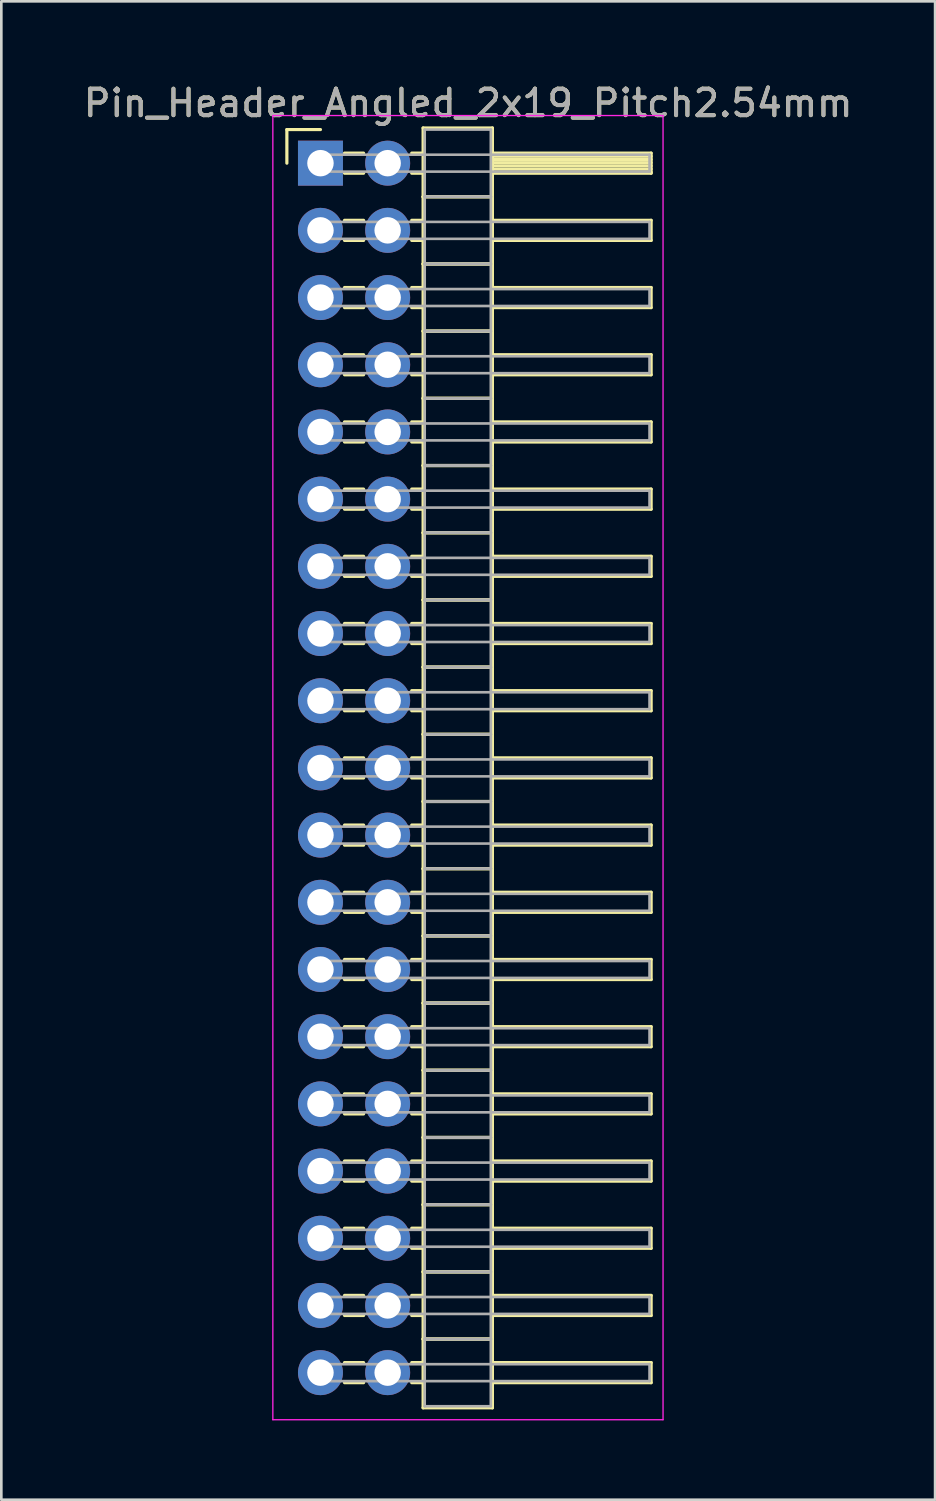
<source format=kicad_pcb>
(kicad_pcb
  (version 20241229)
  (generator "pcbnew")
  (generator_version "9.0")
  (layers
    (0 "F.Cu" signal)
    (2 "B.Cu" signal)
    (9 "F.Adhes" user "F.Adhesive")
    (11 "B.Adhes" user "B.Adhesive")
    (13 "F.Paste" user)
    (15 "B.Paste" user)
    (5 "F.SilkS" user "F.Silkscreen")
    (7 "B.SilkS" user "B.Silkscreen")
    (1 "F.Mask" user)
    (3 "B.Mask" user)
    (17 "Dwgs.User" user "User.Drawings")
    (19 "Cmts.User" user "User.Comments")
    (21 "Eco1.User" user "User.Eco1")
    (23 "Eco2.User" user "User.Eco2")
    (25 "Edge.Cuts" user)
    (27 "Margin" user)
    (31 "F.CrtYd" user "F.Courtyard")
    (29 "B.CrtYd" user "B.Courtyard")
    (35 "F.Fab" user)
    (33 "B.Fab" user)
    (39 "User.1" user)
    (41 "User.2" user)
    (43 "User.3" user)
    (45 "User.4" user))
  (footprint "Pin_Header_Angled_2x19_Pitch2.54mm"
    (layer "F.Cu")
    (at 9.064 3.118)
    (property "Reference" "Pin_Header_Angled_2x19_Pitch2.54mm" (at 5.585 -2.27 0) (layer "F.SilkS") (effects (font (size 1 1) (thickness 0.15))))
    (attr through_hole)
    (fp_line (start -1.27 -1.27) (end 0 -1.27) (stroke (width 0.12) (type solid)) (layer "F.SilkS"))
    (fp_line (start -1.27 0) (end -1.27 -1.27) (stroke (width 0.12) (type solid)) (layer "F.SilkS"))
    (fp_line (start 0.91 -0.38) (end 1.63 -0.38) (stroke (width 0.12) (type solid)) (layer "F.SilkS"))
    (fp_line (start 0.91 0.38) (end 1.63 0.38) (stroke (width 0.12) (type solid)) (layer "F.SilkS"))
    (fp_line (start 0.91 2.16) (end 1.63 2.16) (stroke (width 0.12) (type solid)) (layer "F.SilkS"))
    (fp_line (start 0.91 2.92) (end 1.63 2.92) (stroke (width 0.12) (type solid)) (layer "F.SilkS"))
    (fp_line (start 0.91 4.7) (end 1.63 4.7) (stroke (width 0.12) (type solid)) (layer "F.SilkS"))
    (fp_line (start 0.91 5.46) (end 1.63 5.46) (stroke (width 0.12) (type solid)) (layer "F.SilkS"))
    (fp_line (start 0.91 7.24) (end 1.63 7.24) (stroke (width 0.12) (type solid)) (layer "F.SilkS"))
    (fp_line (start 0.91 8) (end 1.63 8) (stroke (width 0.12) (type solid)) (layer "F.SilkS"))
    (fp_line (start 0.91 9.78) (end 1.63 9.78) (stroke (width 0.12) (type solid)) (layer "F.SilkS"))
    (fp_line (start 0.91 10.54) (end 1.63 10.54) (stroke (width 0.12) (type solid)) (layer "F.SilkS"))
    (fp_line (start 0.91 12.32) (end 1.63 12.32) (stroke (width 0.12) (type solid)) (layer "F.SilkS"))
    (fp_line (start 0.91 13.08) (end 1.63 13.08) (stroke (width 0.12) (type solid)) (layer "F.SilkS"))
    (fp_line (start 0.91 14.86) (end 1.63 14.86) (stroke (width 0.12) (type solid)) (layer "F.SilkS"))
    (fp_line (start 0.91 15.62) (end 1.63 15.62) (stroke (width 0.12) (type solid)) (layer "F.SilkS"))
    (fp_line (start 0.91 17.4) (end 1.63 17.4) (stroke (width 0.12) (type solid)) (layer "F.SilkS"))
    (fp_line (start 0.91 18.16) (end 1.63 18.16) (stroke (width 0.12) (type solid)) (layer "F.SilkS"))
    (fp_line (start 0.91 19.94) (end 1.63 19.94) (stroke (width 0.12) (type solid)) (layer "F.SilkS"))
    (fp_line (start 0.91 20.7) (end 1.63 20.7) (stroke (width 0.12) (type solid)) (layer "F.SilkS"))
    (fp_line (start 0.91 22.48) (end 1.63 22.48) (stroke (width 0.12) (type solid)) (layer "F.SilkS"))
    (fp_line (start 0.91 23.24) (end 1.63 23.24) (stroke (width 0.12) (type solid)) (layer "F.SilkS"))
    (fp_line (start 0.91 25.02) (end 1.63 25.02) (stroke (width 0.12) (type solid)) (layer "F.SilkS"))
    (fp_line (start 0.91 25.78) (end 1.63 25.78) (stroke (width 0.12) (type solid)) (layer "F.SilkS"))
    (fp_line (start 0.91 27.56) (end 1.63 27.56) (stroke (width 0.12) (type solid)) (layer "F.SilkS"))
    (fp_line (start 0.91 28.32) (end 1.63 28.32) (stroke (width 0.12) (type solid)) (layer "F.SilkS"))
    (fp_line (start 0.91 30.1) (end 1.63 30.1) (stroke (width 0.12) (type solid)) (layer "F.SilkS"))
    (fp_line (start 0.91 30.86) (end 1.63 30.86) (stroke (width 0.12) (type solid)) (layer "F.SilkS"))
    (fp_line (start 0.91 32.64) (end 1.63 32.64) (stroke (width 0.12) (type solid)) (layer "F.SilkS"))
    (fp_line (start 0.91 33.4) (end 1.63 33.4) (stroke (width 0.12) (type solid)) (layer "F.SilkS"))
    (fp_line (start 0.91 35.18) (end 1.63 35.18) (stroke (width 0.12) (type solid)) (layer "F.SilkS"))
    (fp_line (start 0.91 35.94) (end 1.63 35.94) (stroke (width 0.12) (type solid)) (layer "F.SilkS"))
    (fp_line (start 0.91 37.72) (end 1.63 37.72) (stroke (width 0.12) (type solid)) (layer "F.SilkS"))
    (fp_line (start 0.91 38.48) (end 1.63 38.48) (stroke (width 0.12) (type solid)) (layer "F.SilkS"))
    (fp_line (start 0.91 40.26) (end 1.63 40.26) (stroke (width 0.12) (type solid)) (layer "F.SilkS"))
    (fp_line (start 0.91 41.02) (end 1.63 41.02) (stroke (width 0.12) (type solid)) (layer "F.SilkS"))
    (fp_line (start 0.91 42.8) (end 1.63 42.8) (stroke (width 0.12) (type solid)) (layer "F.SilkS"))
    (fp_line (start 0.91 43.56) (end 1.63 43.56) (stroke (width 0.12) (type solid)) (layer "F.SilkS"))
    (fp_line (start 0.91 45.34) (end 1.63 45.34) (stroke (width 0.12) (type solid)) (layer "F.SilkS"))
    (fp_line (start 0.91 46.1) (end 1.63 46.1) (stroke (width 0.12) (type solid)) (layer "F.SilkS"))
    (fp_line (start 3.45 -0.38) (end 3.88 -0.38) (stroke (width 0.12) (type solid)) (layer "F.SilkS"))
    (fp_line (start 3.45 0.38) (end 3.88 0.38) (stroke (width 0.12) (type solid)) (layer "F.SilkS"))
    (fp_line (start 3.45 2.16) (end 3.88 2.16) (stroke (width 0.12) (type solid)) (layer "F.SilkS"))
    (fp_line (start 3.45 2.92) (end 3.88 2.92) (stroke (width 0.12) (type solid)) (layer "F.SilkS"))
    (fp_line (start 3.45 4.7) (end 3.88 4.7) (stroke (width 0.12) (type solid)) (layer "F.SilkS"))
    (fp_line (start 3.45 5.46) (end 3.88 5.46) (stroke (width 0.12) (type solid)) (layer "F.SilkS"))
    (fp_line (start 3.45 7.24) (end 3.88 7.24) (stroke (width 0.12) (type solid)) (layer "F.SilkS"))
    (fp_line (start 3.45 8) (end 3.88 8) (stroke (width 0.12) (type solid)) (layer "F.SilkS"))
    (fp_line (start 3.45 9.78) (end 3.88 9.78) (stroke (width 0.12) (type solid)) (layer "F.SilkS"))
    (fp_line (start 3.45 10.54) (end 3.88 10.54) (stroke (width 0.12) (type solid)) (layer "F.SilkS"))
    (fp_line (start 3.45 12.32) (end 3.88 12.32) (stroke (width 0.12) (type solid)) (layer "F.SilkS"))
    (fp_line (start 3.45 13.08) (end 3.88 13.08) (stroke (width 0.12) (type solid)) (layer "F.SilkS"))
    (fp_line (start 3.45 14.86) (end 3.88 14.86) (stroke (width 0.12) (type solid)) (layer "F.SilkS"))
    (fp_line (start 3.45 15.62) (end 3.88 15.62) (stroke (width 0.12) (type solid)) (layer "F.SilkS"))
    (fp_line (start 3.45 17.4) (end 3.88 17.4) (stroke (width 0.12) (type solid)) (layer "F.SilkS"))
    (fp_line (start 3.45 18.16) (end 3.88 18.16) (stroke (width 0.12) (type solid)) (layer "F.SilkS"))
    (fp_line (start 3.45 19.94) (end 3.88 19.94) (stroke (width 0.12) (type solid)) (layer "F.SilkS"))
    (fp_line (start 3.45 20.7) (end 3.88 20.7) (stroke (width 0.12) (type solid)) (layer "F.SilkS"))
    (fp_line (start 3.45 22.48) (end 3.88 22.48) (stroke (width 0.12) (type solid)) (layer "F.SilkS"))
    (fp_line (start 3.45 23.24) (end 3.88 23.24) (stroke (width 0.12) (type solid)) (layer "F.SilkS"))
    (fp_line (start 3.45 25.02) (end 3.88 25.02) (stroke (width 0.12) (type solid)) (layer "F.SilkS"))
    (fp_line (start 3.45 25.78) (end 3.88 25.78) (stroke (width 0.12) (type solid)) (layer "F.SilkS"))
    (fp_line (start 3.45 27.56) (end 3.88 27.56) (stroke (width 0.12) (type solid)) (layer "F.SilkS"))
    (fp_line (start 3.45 28.32) (end 3.88 28.32) (stroke (width 0.12) (type solid)) (layer "F.SilkS"))
    (fp_line (start 3.45 30.1) (end 3.88 30.1) (stroke (width 0.12) (type solid)) (layer "F.SilkS"))
    (fp_line (start 3.45 30.86) (end 3.88 30.86) (stroke (width 0.12) (type solid)) (layer "F.SilkS"))
    (fp_line (start 3.45 32.64) (end 3.88 32.64) (stroke (width 0.12) (type solid)) (layer "F.SilkS"))
    (fp_line (start 3.45 33.4) (end 3.88 33.4) (stroke (width 0.12) (type solid)) (layer "F.SilkS"))
    (fp_line (start 3.45 35.18) (end 3.88 35.18) (stroke (width 0.12) (type solid)) (layer "F.SilkS"))
    (fp_line (start 3.45 35.94) (end 3.88 35.94) (stroke (width 0.12) (type solid)) (layer "F.SilkS"))
    (fp_line (start 3.45 37.72) (end 3.88 37.72) (stroke (width 0.12) (type solid)) (layer "F.SilkS"))
    (fp_line (start 3.45 38.48) (end 3.88 38.48) (stroke (width 0.12) (type solid)) (layer "F.SilkS"))
    (fp_line (start 3.45 40.26) (end 3.88 40.26) (stroke (width 0.12) (type solid)) (layer "F.SilkS"))
    (fp_line (start 3.45 41.02) (end 3.88 41.02) (stroke (width 0.12) (type solid)) (layer "F.SilkS"))
    (fp_line (start 3.45 42.8) (end 3.88 42.8) (stroke (width 0.12) (type solid)) (layer "F.SilkS"))
    (fp_line (start 3.45 43.56) (end 3.88 43.56) (stroke (width 0.12) (type solid)) (layer "F.SilkS"))
    (fp_line (start 3.45 45.34) (end 3.88 45.34) (stroke (width 0.12) (type solid)) (layer "F.SilkS"))
    (fp_line (start 3.45 46.1) (end 3.88 46.1) (stroke (width 0.12) (type solid)) (layer "F.SilkS"))
    (fp_line (start 3.88 -1.33) (end 3.88 1.27) (stroke (width 0.12) (type solid)) (layer "F.SilkS"))
    (fp_line (start 3.88 1.27) (end 3.88 3.81) (stroke (width 0.12) (type solid)) (layer "F.SilkS"))
    (fp_line (start 3.88 1.27) (end 6.5 1.27) (stroke (width 0.12) (type solid)) (layer "F.SilkS"))
    (fp_line (start 3.88 3.81) (end 3.88 6.35) (stroke (width 0.12) (type solid)) (layer "F.SilkS"))
    (fp_line (start 3.88 3.81) (end 6.5 3.81) (stroke (width 0.12) (type solid)) (layer "F.SilkS"))
    (fp_line (start 3.88 6.35) (end 3.88 8.89) (stroke (width 0.12) (type solid)) (layer "F.SilkS"))
    (fp_line (start 3.88 6.35) (end 6.5 6.35) (stroke (width 0.12) (type solid)) (layer "F.SilkS"))
    (fp_line (start 3.88 8.89) (end 3.88 11.43) (stroke (width 0.12) (type solid)) (layer "F.SilkS"))
    (fp_line (start 3.88 8.89) (end 6.5 8.89) (stroke (width 0.12) (type solid)) (layer "F.SilkS"))
    (fp_line (start 3.88 11.43) (end 3.88 13.97) (stroke (width 0.12) (type solid)) (layer "F.SilkS"))
    (fp_line (start 3.88 11.43) (end 6.5 11.43) (stroke (width 0.12) (type solid)) (layer "F.SilkS"))
    (fp_line (start 3.88 13.97) (end 3.88 16.51) (stroke (width 0.12) (type solid)) (layer "F.SilkS"))
    (fp_line (start 3.88 13.97) (end 6.5 13.97) (stroke (width 0.12) (type solid)) (layer "F.SilkS"))
    (fp_line (start 3.88 16.51) (end 3.88 19.05) (stroke (width 0.12) (type solid)) (layer "F.SilkS"))
    (fp_line (start 3.88 16.51) (end 6.5 16.51) (stroke (width 0.12) (type solid)) (layer "F.SilkS"))
    (fp_line (start 3.88 19.05) (end 3.88 21.59) (stroke (width 0.12) (type solid)) (layer "F.SilkS"))
    (fp_line (start 3.88 19.05) (end 6.5 19.05) (stroke (width 0.12) (type solid)) (layer "F.SilkS"))
    (fp_line (start 3.88 21.59) (end 3.88 24.13) (stroke (width 0.12) (type solid)) (layer "F.SilkS"))
    (fp_line (start 3.88 21.59) (end 6.5 21.59) (stroke (width 0.12) (type solid)) (layer "F.SilkS"))
    (fp_line (start 3.88 24.13) (end 3.88 26.67) (stroke (width 0.12) (type solid)) (layer "F.SilkS"))
    (fp_line (start 3.88 24.13) (end 6.5 24.13) (stroke (width 0.12) (type solid)) (layer "F.SilkS"))
    (fp_line (start 3.88 26.67) (end 3.88 29.21) (stroke (width 0.12) (type solid)) (layer "F.SilkS"))
    (fp_line (start 3.88 26.67) (end 6.5 26.67) (stroke (width 0.12) (type solid)) (layer "F.SilkS"))
    (fp_line (start 3.88 29.21) (end 3.88 31.75) (stroke (width 0.12) (type solid)) (layer "F.SilkS"))
    (fp_line (start 3.88 29.21) (end 6.5 29.21) (stroke (width 0.12) (type solid)) (layer "F.SilkS"))
    (fp_line (start 3.88 31.75) (end 3.88 34.29) (stroke (width 0.12) (type solid)) (layer "F.SilkS"))
    (fp_line (start 3.88 31.75) (end 6.5 31.75) (stroke (width 0.12) (type solid)) (layer "F.SilkS"))
    (fp_line (start 3.88 34.29) (end 3.88 36.83) (stroke (width 0.12) (type solid)) (layer "F.SilkS"))
    (fp_line (start 3.88 34.29) (end 6.5 34.29) (stroke (width 0.12) (type solid)) (layer "F.SilkS"))
    (fp_line (start 3.88 36.83) (end 3.88 39.37) (stroke (width 0.12) (type solid)) (layer "F.SilkS"))
    (fp_line (start 3.88 36.83) (end 6.5 36.83) (stroke (width 0.12) (type solid)) (layer "F.SilkS"))
    (fp_line (start 3.88 39.37) (end 3.88 41.91) (stroke (width 0.12) (type solid)) (layer "F.SilkS"))
    (fp_line (start 3.88 39.37) (end 6.5 39.37) (stroke (width 0.12) (type solid)) (layer "F.SilkS"))
    (fp_line (start 3.88 41.91) (end 3.88 44.45) (stroke (width 0.12) (type solid)) (layer "F.SilkS"))
    (fp_line (start 3.88 41.91) (end 6.5 41.91) (stroke (width 0.12) (type solid)) (layer "F.SilkS"))
    (fp_line (start 3.88 44.45) (end 3.88 47.05) (stroke (width 0.12) (type solid)) (layer "F.SilkS"))
    (fp_line (start 3.88 44.45) (end 6.5 44.45) (stroke (width 0.12) (type solid)) (layer "F.SilkS"))
    (fp_line (start 3.88 47.05) (end 6.5 47.05) (stroke (width 0.12) (type solid)) (layer "F.SilkS"))
    (fp_line (start 6.5 -1.33) (end 3.88 -1.33) (stroke (width 0.12) (type solid)) (layer "F.SilkS"))
    (fp_line (start 6.5 -0.38) (end 6.5 0.38) (stroke (width 0.12) (type solid)) (layer "F.SilkS"))
    (fp_line (start 6.5 -0.26) (end 12.5 -0.26) (stroke (width 0.12) (type solid)) (layer "F.SilkS"))
    (fp_line (start 6.5 -0.14) (end 12.5 -0.14) (stroke (width 0.12) (type solid)) (layer "F.SilkS"))
    (fp_line (start 6.5 -0.02) (end 12.5 -0.02) (stroke (width 0.12) (type solid)) (layer "F.SilkS"))
    (fp_line (start 6.5 0.1) (end 12.5 0.1) (stroke (width 0.12) (type solid)) (layer "F.SilkS"))
    (fp_line (start 6.5 0.22) (end 12.5 0.22) (stroke (width 0.12) (type solid)) (layer "F.SilkS"))
    (fp_line (start 6.5 0.34) (end 12.5 0.34) (stroke (width 0.12) (type solid)) (layer "F.SilkS"))
    (fp_line (start 6.5 0.38) (end 12.5 0.38) (stroke (width 0.12) (type solid)) (layer "F.SilkS"))
    (fp_line (start 6.5 1.27) (end 3.88 1.27) (stroke (width 0.12) (type solid)) (layer "F.SilkS"))
    (fp_line (start 6.5 1.27) (end 6.5 -1.33) (stroke (width 0.12) (type solid)) (layer "F.SilkS"))
    (fp_line (start 6.5 2.16) (end 6.5 2.92) (stroke (width 0.12) (type solid)) (layer "F.SilkS"))
    (fp_line (start 6.5 2.92) (end 12.5 2.92) (stroke (width 0.12) (type solid)) (layer "F.SilkS"))
    (fp_line (start 6.5 3.81) (end 3.88 3.81) (stroke (width 0.12) (type solid)) (layer "F.SilkS"))
    (fp_line (start 6.5 3.81) (end 6.5 1.27) (stroke (width 0.12) (type solid)) (layer "F.SilkS"))
    (fp_line (start 6.5 4.7) (end 6.5 5.46) (stroke (width 0.12) (type solid)) (layer "F.SilkS"))
    (fp_line (start 6.5 5.46) (end 12.5 5.46) (stroke (width 0.12) (type solid)) (layer "F.SilkS"))
    (fp_line (start 6.5 6.35) (end 3.88 6.35) (stroke (width 0.12) (type solid)) (layer "F.SilkS"))
    (fp_line (start 6.5 6.35) (end 6.5 3.81) (stroke (width 0.12) (type solid)) (layer "F.SilkS"))
    (fp_line (start 6.5 7.24) (end 6.5 8) (stroke (width 0.12) (type solid)) (layer "F.SilkS"))
    (fp_line (start 6.5 8) (end 12.5 8) (stroke (width 0.12) (type solid)) (layer "F.SilkS"))
    (fp_line (start 6.5 8.89) (end 3.88 8.89) (stroke (width 0.12) (type solid)) (layer "F.SilkS"))
    (fp_line (start 6.5 8.89) (end 6.5 6.35) (stroke (width 0.12) (type solid)) (layer "F.SilkS"))
    (fp_line (start 6.5 9.78) (end 6.5 10.54) (stroke (width 0.12) (type solid)) (layer "F.SilkS"))
    (fp_line (start 6.5 10.54) (end 12.5 10.54) (stroke (width 0.12) (type solid)) (layer "F.SilkS"))
    (fp_line (start 6.5 11.43) (end 3.88 11.43) (stroke (width 0.12) (type solid)) (layer "F.SilkS"))
    (fp_line (start 6.5 11.43) (end 6.5 8.89) (stroke (width 0.12) (type solid)) (layer "F.SilkS"))
    (fp_line (start 6.5 12.32) (end 6.5 13.08) (stroke (width 0.12) (type solid)) (layer "F.SilkS"))
    (fp_line (start 6.5 13.08) (end 12.5 13.08) (stroke (width 0.12) (type solid)) (layer "F.SilkS"))
    (fp_line (start 6.5 13.97) (end 3.88 13.97) (stroke (width 0.12) (type solid)) (layer "F.SilkS"))
    (fp_line (start 6.5 13.97) (end 6.5 11.43) (stroke (width 0.12) (type solid)) (layer "F.SilkS"))
    (fp_line (start 6.5 14.86) (end 6.5 15.62) (stroke (width 0.12) (type solid)) (layer "F.SilkS"))
    (fp_line (start 6.5 15.62) (end 12.5 15.62) (stroke (width 0.12) (type solid)) (layer "F.SilkS"))
    (fp_line (start 6.5 16.51) (end 3.88 16.51) (stroke (width 0.12) (type solid)) (layer "F.SilkS"))
    (fp_line (start 6.5 16.51) (end 6.5 13.97) (stroke (width 0.12) (type solid)) (layer "F.SilkS"))
    (fp_line (start 6.5 17.4) (end 6.5 18.16) (stroke (width 0.12) (type solid)) (layer "F.SilkS"))
    (fp_line (start 6.5 18.16) (end 12.5 18.16) (stroke (width 0.12) (type solid)) (layer "F.SilkS"))
    (fp_line (start 6.5 19.05) (end 3.88 19.05) (stroke (width 0.12) (type solid)) (layer "F.SilkS"))
    (fp_line (start 6.5 19.05) (end 6.5 16.51) (stroke (width 0.12) (type solid)) (layer "F.SilkS"))
    (fp_line (start 6.5 19.94) (end 6.5 20.7) (stroke (width 0.12) (type solid)) (layer "F.SilkS"))
    (fp_line (start 6.5 20.7) (end 12.5 20.7) (stroke (width 0.12) (type solid)) (layer "F.SilkS"))
    (fp_line (start 6.5 21.59) (end 3.88 21.59) (stroke (width 0.12) (type solid)) (layer "F.SilkS"))
    (fp_line (start 6.5 21.59) (end 6.5 19.05) (stroke (width 0.12) (type solid)) (layer "F.SilkS"))
    (fp_line (start 6.5 22.48) (end 6.5 23.24) (stroke (width 0.12) (type solid)) (layer "F.SilkS"))
    (fp_line (start 6.5 23.24) (end 12.5 23.24) (stroke (width 0.12) (type solid)) (layer "F.SilkS"))
    (fp_line (start 6.5 24.13) (end 3.88 24.13) (stroke (width 0.12) (type solid)) (layer "F.SilkS"))
    (fp_line (start 6.5 24.13) (end 6.5 21.59) (stroke (width 0.12) (type solid)) (layer "F.SilkS"))
    (fp_line (start 6.5 25.02) (end 6.5 25.78) (stroke (width 0.12) (type solid)) (layer "F.SilkS"))
    (fp_line (start 6.5 25.78) (end 12.5 25.78) (stroke (width 0.12) (type solid)) (layer "F.SilkS"))
    (fp_line (start 6.5 26.67) (end 3.88 26.67) (stroke (width 0.12) (type solid)) (layer "F.SilkS"))
    (fp_line (start 6.5 26.67) (end 6.5 24.13) (stroke (width 0.12) (type solid)) (layer "F.SilkS"))
    (fp_line (start 6.5 27.56) (end 6.5 28.32) (stroke (width 0.12) (type solid)) (layer "F.SilkS"))
    (fp_line (start 6.5 28.32) (end 12.5 28.32) (stroke (width 0.12) (type solid)) (layer "F.SilkS"))
    (fp_line (start 6.5 29.21) (end 3.88 29.21) (stroke (width 0.12) (type solid)) (layer "F.SilkS"))
    (fp_line (start 6.5 29.21) (end 6.5 26.67) (stroke (width 0.12) (type solid)) (layer "F.SilkS"))
    (fp_line (start 6.5 30.1) (end 6.5 30.86) (stroke (width 0.12) (type solid)) (layer "F.SilkS"))
    (fp_line (start 6.5 30.86) (end 12.5 30.86) (stroke (width 0.12) (type solid)) (layer "F.SilkS"))
    (fp_line (start 6.5 31.75) (end 3.88 31.75) (stroke (width 0.12) (type solid)) (layer "F.SilkS"))
    (fp_line (start 6.5 31.75) (end 6.5 29.21) (stroke (width 0.12) (type solid)) (layer "F.SilkS"))
    (fp_line (start 6.5 32.64) (end 6.5 33.4) (stroke (width 0.12) (type solid)) (layer "F.SilkS"))
    (fp_line (start 6.5 33.4) (end 12.5 33.4) (stroke (width 0.12) (type solid)) (layer "F.SilkS"))
    (fp_line (start 6.5 34.29) (end 3.88 34.29) (stroke (width 0.12) (type solid)) (layer "F.SilkS"))
    (fp_line (start 6.5 34.29) (end 6.5 31.75) (stroke (width 0.12) (type solid)) (layer "F.SilkS"))
    (fp_line (start 6.5 35.18) (end 6.5 35.94) (stroke (width 0.12) (type solid)) (layer "F.SilkS"))
    (fp_line (start 6.5 35.94) (end 12.5 35.94) (stroke (width 0.12) (type solid)) (layer "F.SilkS"))
    (fp_line (start 6.5 36.83) (end 3.88 36.83) (stroke (width 0.12) (type solid)) (layer "F.SilkS"))
    (fp_line (start 6.5 36.83) (end 6.5 34.29) (stroke (width 0.12) (type solid)) (layer "F.SilkS"))
    (fp_line (start 6.5 37.72) (end 6.5 38.48) (stroke (width 0.12) (type solid)) (layer "F.SilkS"))
    (fp_line (start 6.5 38.48) (end 12.5 38.48) (stroke (width 0.12) (type solid)) (layer "F.SilkS"))
    (fp_line (start 6.5 39.37) (end 3.88 39.37) (stroke (width 0.12) (type solid)) (layer "F.SilkS"))
    (fp_line (start 6.5 39.37) (end 6.5 36.83) (stroke (width 0.12) (type solid)) (layer "F.SilkS"))
    (fp_line (start 6.5 40.26) (end 6.5 41.02) (stroke (width 0.12) (type solid)) (layer "F.SilkS"))
    (fp_line (start 6.5 41.02) (end 12.5 41.02) (stroke (width 0.12) (type solid)) (layer "F.SilkS"))
    (fp_line (start 6.5 41.91) (end 3.88 41.91) (stroke (width 0.12) (type solid)) (layer "F.SilkS"))
    (fp_line (start 6.5 41.91) (end 6.5 39.37) (stroke (width 0.12) (type solid)) (layer "F.SilkS"))
    (fp_line (start 6.5 42.8) (end 6.5 43.56) (stroke (width 0.12) (type solid)) (layer "F.SilkS"))
    (fp_line (start 6.5 43.56) (end 12.5 43.56) (stroke (width 0.12) (type solid)) (layer "F.SilkS"))
    (fp_line (start 6.5 44.45) (end 3.88 44.45) (stroke (width 0.12) (type solid)) (layer "F.SilkS"))
    (fp_line (start 6.5 44.45) (end 6.5 41.91) (stroke (width 0.12) (type solid)) (layer "F.SilkS"))
    (fp_line (start 6.5 45.34) (end 6.5 46.1) (stroke (width 0.12) (type solid)) (layer "F.SilkS"))
    (fp_line (start 6.5 46.1) (end 12.5 46.1) (stroke (width 0.12) (type solid)) (layer "F.SilkS"))
    (fp_line (start 6.5 47.05) (end 6.5 44.45) (stroke (width 0.12) (type solid)) (layer "F.SilkS"))
    (fp_line (start 12.5 -0.38) (end 6.5 -0.38) (stroke (width 0.12) (type solid)) (layer "F.SilkS"))
    (fp_line (start 12.5 0.38) (end 12.5 -0.38) (stroke (width 0.12) (type solid)) (layer "F.SilkS"))
    (fp_line (start 12.5 2.16) (end 6.5 2.16) (stroke (width 0.12) (type solid)) (layer "F.SilkS"))
    (fp_line (start 12.5 2.92) (end 12.5 2.16) (stroke (width 0.12) (type solid)) (layer "F.SilkS"))
    (fp_line (start 12.5 4.7) (end 6.5 4.7) (stroke (width 0.12) (type solid)) (layer "F.SilkS"))
    (fp_line (start 12.5 5.46) (end 12.5 4.7) (stroke (width 0.12) (type solid)) (layer "F.SilkS"))
    (fp_line (start 12.5 7.24) (end 6.5 7.24) (stroke (width 0.12) (type solid)) (layer "F.SilkS"))
    (fp_line (start 12.5 8) (end 12.5 7.24) (stroke (width 0.12) (type solid)) (layer "F.SilkS"))
    (fp_line (start 12.5 9.78) (end 6.5 9.78) (stroke (width 0.12) (type solid)) (layer "F.SilkS"))
    (fp_line (start 12.5 10.54) (end 12.5 9.78) (stroke (width 0.12) (type solid)) (layer "F.SilkS"))
    (fp_line (start 12.5 12.32) (end 6.5 12.32) (stroke (width 0.12) (type solid)) (layer "F.SilkS"))
    (fp_line (start 12.5 13.08) (end 12.5 12.32) (stroke (width 0.12) (type solid)) (layer "F.SilkS"))
    (fp_line (start 12.5 14.86) (end 6.5 14.86) (stroke (width 0.12) (type solid)) (layer "F.SilkS"))
    (fp_line (start 12.5 15.62) (end 12.5 14.86) (stroke (width 0.12) (type solid)) (layer "F.SilkS"))
    (fp_line (start 12.5 17.4) (end 6.5 17.4) (stroke (width 0.12) (type solid)) (layer "F.SilkS"))
    (fp_line (start 12.5 18.16) (end 12.5 17.4) (stroke (width 0.12) (type solid)) (layer "F.SilkS"))
    (fp_line (start 12.5 19.94) (end 6.5 19.94) (stroke (width 0.12) (type solid)) (layer "F.SilkS"))
    (fp_line (start 12.5 20.7) (end 12.5 19.94) (stroke (width 0.12) (type solid)) (layer "F.SilkS"))
    (fp_line (start 12.5 22.48) (end 6.5 22.48) (stroke (width 0.12) (type solid)) (layer "F.SilkS"))
    (fp_line (start 12.5 23.24) (end 12.5 22.48) (stroke (width 0.12) (type solid)) (layer "F.SilkS"))
    (fp_line (start 12.5 25.02) (end 6.5 25.02) (stroke (width 0.12) (type solid)) (layer "F.SilkS"))
    (fp_line (start 12.5 25.78) (end 12.5 25.02) (stroke (width 0.12) (type solid)) (layer "F.SilkS"))
    (fp_line (start 12.5 27.56) (end 6.5 27.56) (stroke (width 0.12) (type solid)) (layer "F.SilkS"))
    (fp_line (start 12.5 28.32) (end 12.5 27.56) (stroke (width 0.12) (type solid)) (layer "F.SilkS"))
    (fp_line (start 12.5 30.1) (end 6.5 30.1) (stroke (width 0.12) (type solid)) (layer "F.SilkS"))
    (fp_line (start 12.5 30.86) (end 12.5 30.1) (stroke (width 0.12) (type solid)) (layer "F.SilkS"))
    (fp_line (start 12.5 32.64) (end 6.5 32.64) (stroke (width 0.12) (type solid)) (layer "F.SilkS"))
    (fp_line (start 12.5 33.4) (end 12.5 32.64) (stroke (width 0.12) (type solid)) (layer "F.SilkS"))
    (fp_line (start 12.5 35.18) (end 6.5 35.18) (stroke (width 0.12) (type solid)) (layer "F.SilkS"))
    (fp_line (start 12.5 35.94) (end 12.5 35.18) (stroke (width 0.12) (type solid)) (layer "F.SilkS"))
    (fp_line (start 12.5 37.72) (end 6.5 37.72) (stroke (width 0.12) (type solid)) (layer "F.SilkS"))
    (fp_line (start 12.5 38.48) (end 12.5 37.72) (stroke (width 0.12) (type solid)) (layer "F.SilkS"))
    (fp_line (start 12.5 40.26) (end 6.5 40.26) (stroke (width 0.12) (type solid)) (layer "F.SilkS"))
    (fp_line (start 12.5 41.02) (end 12.5 40.26) (stroke (width 0.12) (type solid)) (layer "F.SilkS"))
    (fp_line (start 12.5 42.8) (end 6.5 42.8) (stroke (width 0.12) (type solid)) (layer "F.SilkS"))
    (fp_line (start 12.5 43.56) (end 12.5 42.8) (stroke (width 0.12) (type solid)) (layer "F.SilkS"))
    (fp_line (start 12.5 45.34) (end 6.5 45.34) (stroke (width 0.12) (type solid)) (layer "F.SilkS"))
    (fp_line (start 12.5 46.1) (end 12.5 45.34) (stroke (width 0.12) (type solid)) (layer "F.SilkS"))
    (fp_line (start -1.8 -1.8) (end -1.8 47.5) (stroke (width 0.05) (type solid)) (layer "F.CrtYd"))
    (fp_line (start -1.8 47.5) (end 12.95 47.5) (stroke (width 0.05) (type solid)) (layer "F.CrtYd"))
    (fp_line (start 12.95 -1.8) (end -1.8 -1.8) (stroke (width 0.05) (type solid)) (layer "F.CrtYd"))
    (fp_line (start 12.95 47.5) (end 12.95 -1.8) (stroke (width 0.05) (type solid)) (layer "F.CrtYd"))
    (fp_line (start 0 -0.32) (end 0 0.32) (stroke (width 0.1) (type solid)) (layer "F.Fab"))
    (fp_line (start 0 0.32) (end 12.44 0.32) (stroke (width 0.1) (type solid)) (layer "F.Fab"))
    (fp_line (start 0 2.22) (end 0 2.86) (stroke (width 0.1) (type solid)) (layer "F.Fab"))
    (fp_line (start 0 2.86) (end 12.44 2.86) (stroke (width 0.1) (type solid)) (layer "F.Fab"))
    (fp_line (start 0 4.76) (end 0 5.4) (stroke (width 0.1) (type solid)) (layer "F.Fab"))
    (fp_line (start 0 5.4) (end 12.44 5.4) (stroke (width 0.1) (type solid)) (layer "F.Fab"))
    (fp_line (start 0 7.3) (end 0 7.94) (stroke (width 0.1) (type solid)) (layer "F.Fab"))
    (fp_line (start 0 7.94) (end 12.44 7.94) (stroke (width 0.1) (type solid)) (layer "F.Fab"))
    (fp_line (start 0 9.84) (end 0 10.48) (stroke (width 0.1) (type solid)) (layer "F.Fab"))
    (fp_line (start 0 10.48) (end 12.44 10.48) (stroke (width 0.1) (type solid)) (layer "F.Fab"))
    (fp_line (start 0 12.38) (end 0 13.02) (stroke (width 0.1) (type solid)) (layer "F.Fab"))
    (fp_line (start 0 13.02) (end 12.44 13.02) (stroke (width 0.1) (type solid)) (layer "F.Fab"))
    (fp_line (start 0 14.92) (end 0 15.56) (stroke (width 0.1) (type solid)) (layer "F.Fab"))
    (fp_line (start 0 15.56) (end 12.44 15.56) (stroke (width 0.1) (type solid)) (layer "F.Fab"))
    (fp_line (start 0 17.46) (end 0 18.1) (stroke (width 0.1) (type solid)) (layer "F.Fab"))
    (fp_line (start 0 18.1) (end 12.44 18.1) (stroke (width 0.1) (type solid)) (layer "F.Fab"))
    (fp_line (start 0 20) (end 0 20.64) (stroke (width 0.1) (type solid)) (layer "F.Fab"))
    (fp_line (start 0 20.64) (end 12.44 20.64) (stroke (width 0.1) (type solid)) (layer "F.Fab"))
    (fp_line (start 0 22.54) (end 0 23.18) (stroke (width 0.1) (type solid)) (layer "F.Fab"))
    (fp_line (start 0 23.18) (end 12.44 23.18) (stroke (width 0.1) (type solid)) (layer "F.Fab"))
    (fp_line (start 0 25.08) (end 0 25.72) (stroke (width 0.1) (type solid)) (layer "F.Fab"))
    (fp_line (start 0 25.72) (end 12.44 25.72) (stroke (width 0.1) (type solid)) (layer "F.Fab"))
    (fp_line (start 0 27.62) (end 0 28.26) (stroke (width 0.1) (type solid)) (layer "F.Fab"))
    (fp_line (start 0 28.26) (end 12.44 28.26) (stroke (width 0.1) (type solid)) (layer "F.Fab"))
    (fp_line (start 0 30.16) (end 0 30.8) (stroke (width 0.1) (type solid)) (layer "F.Fab"))
    (fp_line (start 0 30.8) (end 12.44 30.8) (stroke (width 0.1) (type solid)) (layer "F.Fab"))
    (fp_line (start 0 32.7) (end 0 33.34) (stroke (width 0.1) (type solid)) (layer "F.Fab"))
    (fp_line (start 0 33.34) (end 12.44 33.34) (stroke (width 0.1) (type solid)) (layer "F.Fab"))
    (fp_line (start 0 35.24) (end 0 35.88) (stroke (width 0.1) (type solid)) (layer "F.Fab"))
    (fp_line (start 0 35.88) (end 12.44 35.88) (stroke (width 0.1) (type solid)) (layer "F.Fab"))
    (fp_line (start 0 37.78) (end 0 38.42) (stroke (width 0.1) (type solid)) (layer "F.Fab"))
    (fp_line (start 0 38.42) (end 12.44 38.42) (stroke (width 0.1) (type solid)) (layer "F.Fab"))
    (fp_line (start 0 40.32) (end 0 40.96) (stroke (width 0.1) (type solid)) (layer "F.Fab"))
    (fp_line (start 0 40.96) (end 12.44 40.96) (stroke (width 0.1) (type solid)) (layer "F.Fab"))
    (fp_line (start 0 42.86) (end 0 43.5) (stroke (width 0.1) (type solid)) (layer "F.Fab"))
    (fp_line (start 0 43.5) (end 12.44 43.5) (stroke (width 0.1) (type solid)) (layer "F.Fab"))
    (fp_line (start 0 45.4) (end 0 46.04) (stroke (width 0.1) (type solid)) (layer "F.Fab"))
    (fp_line (start 0 46.04) (end 12.44 46.04) (stroke (width 0.1) (type solid)) (layer "F.Fab"))
    (fp_line (start 3.94 -1.27) (end 3.94 1.27) (stroke (width 0.1) (type solid)) (layer "F.Fab"))
    (fp_line (start 3.94 1.27) (end 3.94 3.81) (stroke (width 0.1) (type solid)) (layer "F.Fab"))
    (fp_line (start 3.94 1.27) (end 6.44 1.27) (stroke (width 0.1) (type solid)) (layer "F.Fab"))
    (fp_line (start 3.94 3.81) (end 3.94 6.35) (stroke (width 0.1) (type solid)) (layer "F.Fab"))
    (fp_line (start 3.94 3.81) (end 6.44 3.81) (stroke (width 0.1) (type solid)) (layer "F.Fab"))
    (fp_line (start 3.94 6.35) (end 3.94 8.89) (stroke (width 0.1) (type solid)) (layer "F.Fab"))
    (fp_line (start 3.94 6.35) (end 6.44 6.35) (stroke (width 0.1) (type solid)) (layer "F.Fab"))
    (fp_line (start 3.94 8.89) (end 3.94 11.43) (stroke (width 0.1) (type solid)) (layer "F.Fab"))
    (fp_line (start 3.94 8.89) (end 6.44 8.89) (stroke (width 0.1) (type solid)) (layer "F.Fab"))
    (fp_line (start 3.94 11.43) (end 3.94 13.97) (stroke (width 0.1) (type solid)) (layer "F.Fab"))
    (fp_line (start 3.94 11.43) (end 6.44 11.43) (stroke (width 0.1) (type solid)) (layer "F.Fab"))
    (fp_line (start 3.94 13.97) (end 3.94 16.51) (stroke (width 0.1) (type solid)) (layer "F.Fab"))
    (fp_line (start 3.94 13.97) (end 6.44 13.97) (stroke (width 0.1) (type solid)) (layer "F.Fab"))
    (fp_line (start 3.94 16.51) (end 3.94 19.05) (stroke (width 0.1) (type solid)) (layer "F.Fab"))
    (fp_line (start 3.94 16.51) (end 6.44 16.51) (stroke (width 0.1) (type solid)) (layer "F.Fab"))
    (fp_line (start 3.94 19.05) (end 3.94 21.59) (stroke (width 0.1) (type solid)) (layer "F.Fab"))
    (fp_line (start 3.94 19.05) (end 6.44 19.05) (stroke (width 0.1) (type solid)) (layer "F.Fab"))
    (fp_line (start 3.94 21.59) (end 3.94 24.13) (stroke (width 0.1) (type solid)) (layer "F.Fab"))
    (fp_line (start 3.94 21.59) (end 6.44 21.59) (stroke (width 0.1) (type solid)) (layer "F.Fab"))
    (fp_line (start 3.94 24.13) (end 3.94 26.67) (stroke (width 0.1) (type solid)) (layer "F.Fab"))
    (fp_line (start 3.94 24.13) (end 6.44 24.13) (stroke (width 0.1) (type solid)) (layer "F.Fab"))
    (fp_line (start 3.94 26.67) (end 3.94 29.21) (stroke (width 0.1) (type solid)) (layer "F.Fab"))
    (fp_line (start 3.94 26.67) (end 6.44 26.67) (stroke (width 0.1) (type solid)) (layer "F.Fab"))
    (fp_line (start 3.94 29.21) (end 3.94 31.75) (stroke (width 0.1) (type solid)) (layer "F.Fab"))
    (fp_line (start 3.94 29.21) (end 6.44 29.21) (stroke (width 0.1) (type solid)) (layer "F.Fab"))
    (fp_line (start 3.94 31.75) (end 3.94 34.29) (stroke (width 0.1) (type solid)) (layer "F.Fab"))
    (fp_line (start 3.94 31.75) (end 6.44 31.75) (stroke (width 0.1) (type solid)) (layer "F.Fab"))
    (fp_line (start 3.94 34.29) (end 3.94 36.83) (stroke (width 0.1) (type solid)) (layer "F.Fab"))
    (fp_line (start 3.94 34.29) (end 6.44 34.29) (stroke (width 0.1) (type solid)) (layer "F.Fab"))
    (fp_line (start 3.94 36.83) (end 3.94 39.37) (stroke (width 0.1) (type solid)) (layer "F.Fab"))
    (fp_line (start 3.94 36.83) (end 6.44 36.83) (stroke (width 0.1) (type solid)) (layer "F.Fab"))
    (fp_line (start 3.94 39.37) (end 3.94 41.91) (stroke (width 0.1) (type solid)) (layer "F.Fab"))
    (fp_line (start 3.94 39.37) (end 6.44 39.37) (stroke (width 0.1) (type solid)) (layer "F.Fab"))
    (fp_line (start 3.94 41.91) (end 3.94 44.45) (stroke (width 0.1) (type solid)) (layer "F.Fab"))
    (fp_line (start 3.94 41.91) (end 6.44 41.91) (stroke (width 0.1) (type solid)) (layer "F.Fab"))
    (fp_line (start 3.94 44.45) (end 3.94 46.99) (stroke (width 0.1) (type solid)) (layer "F.Fab"))
    (fp_line (start 3.94 44.45) (end 6.44 44.45) (stroke (width 0.1) (type solid)) (layer "F.Fab"))
    (fp_line (start 3.94 46.99) (end 6.44 46.99) (stroke (width 0.1) (type solid)) (layer "F.Fab"))
    (fp_line (start 6.44 -1.27) (end 3.94 -1.27) (stroke (width 0.1) (type solid)) (layer "F.Fab"))
    (fp_line (start 6.44 1.27) (end 3.94 1.27) (stroke (width 0.1) (type solid)) (layer "F.Fab"))
    (fp_line (start 6.44 1.27) (end 6.44 -1.27) (stroke (width 0.1) (type solid)) (layer "F.Fab"))
    (fp_line (start 6.44 3.81) (end 3.94 3.81) (stroke (width 0.1) (type solid)) (layer "F.Fab"))
    (fp_line (start 6.44 3.81) (end 6.44 1.27) (stroke (width 0.1) (type solid)) (layer "F.Fab"))
    (fp_line (start 6.44 6.35) (end 3.94 6.35) (stroke (width 0.1) (type solid)) (layer "F.Fab"))
    (fp_line (start 6.44 6.35) (end 6.44 3.81) (stroke (width 0.1) (type solid)) (layer "F.Fab"))
    (fp_line (start 6.44 8.89) (end 3.94 8.89) (stroke (width 0.1) (type solid)) (layer "F.Fab"))
    (fp_line (start 6.44 8.89) (end 6.44 6.35) (stroke (width 0.1) (type solid)) (layer "F.Fab"))
    (fp_line (start 6.44 11.43) (end 3.94 11.43) (stroke (width 0.1) (type solid)) (layer "F.Fab"))
    (fp_line (start 6.44 11.43) (end 6.44 8.89) (stroke (width 0.1) (type solid)) (layer "F.Fab"))
    (fp_line (start 6.44 13.97) (end 3.94 13.97) (stroke (width 0.1) (type solid)) (layer "F.Fab"))
    (fp_line (start 6.44 13.97) (end 6.44 11.43) (stroke (width 0.1) (type solid)) (layer "F.Fab"))
    (fp_line (start 6.44 16.51) (end 3.94 16.51) (stroke (width 0.1) (type solid)) (layer "F.Fab"))
    (fp_line (start 6.44 16.51) (end 6.44 13.97) (stroke (width 0.1) (type solid)) (layer "F.Fab"))
    (fp_line (start 6.44 19.05) (end 3.94 19.05) (stroke (width 0.1) (type solid)) (layer "F.Fab"))
    (fp_line (start 6.44 19.05) (end 6.44 16.51) (stroke (width 0.1) (type solid)) (layer "F.Fab"))
    (fp_line (start 6.44 21.59) (end 3.94 21.59) (stroke (width 0.1) (type solid)) (layer "F.Fab"))
    (fp_line (start 6.44 21.59) (end 6.44 19.05) (stroke (width 0.1) (type solid)) (layer "F.Fab"))
    (fp_line (start 6.44 24.13) (end 3.94 24.13) (stroke (width 0.1) (type solid)) (layer "F.Fab"))
    (fp_line (start 6.44 24.13) (end 6.44 21.59) (stroke (width 0.1) (type solid)) (layer "F.Fab"))
    (fp_line (start 6.44 26.67) (end 3.94 26.67) (stroke (width 0.1) (type solid)) (layer "F.Fab"))
    (fp_line (start 6.44 26.67) (end 6.44 24.13) (stroke (width 0.1) (type solid)) (layer "F.Fab"))
    (fp_line (start 6.44 29.21) (end 3.94 29.21) (stroke (width 0.1) (type solid)) (layer "F.Fab"))
    (fp_line (start 6.44 29.21) (end 6.44 26.67) (stroke (width 0.1) (type solid)) (layer "F.Fab"))
    (fp_line (start 6.44 31.75) (end 3.94 31.75) (stroke (width 0.1) (type solid)) (layer "F.Fab"))
    (fp_line (start 6.44 31.75) (end 6.44 29.21) (stroke (width 0.1) (type solid)) (layer "F.Fab"))
    (fp_line (start 6.44 34.29) (end 3.94 34.29) (stroke (width 0.1) (type solid)) (layer "F.Fab"))
    (fp_line (start 6.44 34.29) (end 6.44 31.75) (stroke (width 0.1) (type solid)) (layer "F.Fab"))
    (fp_line (start 6.44 36.83) (end 3.94 36.83) (stroke (width 0.1) (type solid)) (layer "F.Fab"))
    (fp_line (start 6.44 36.83) (end 6.44 34.29) (stroke (width 0.1) (type solid)) (layer "F.Fab"))
    (fp_line (start 6.44 39.37) (end 3.94 39.37) (stroke (width 0.1) (type solid)) (layer "F.Fab"))
    (fp_line (start 6.44 39.37) (end 6.44 36.83) (stroke (width 0.1) (type solid)) (layer "F.Fab"))
    (fp_line (start 6.44 41.91) (end 3.94 41.91) (stroke (width 0.1) (type solid)) (layer "F.Fab"))
    (fp_line (start 6.44 41.91) (end 6.44 39.37) (stroke (width 0.1) (type solid)) (layer "F.Fab"))
    (fp_line (start 6.44 44.45) (end 3.94 44.45) (stroke (width 0.1) (type solid)) (layer "F.Fab"))
    (fp_line (start 6.44 44.45) (end 6.44 41.91) (stroke (width 0.1) (type solid)) (layer "F.Fab"))
    (fp_line (start 6.44 46.99) (end 6.44 44.45) (stroke (width 0.1) (type solid)) (layer "F.Fab"))
    (fp_line (start 12.44 -0.32) (end 0 -0.32) (stroke (width 0.1) (type solid)) (layer "F.Fab"))
    (fp_line (start 12.44 0.32) (end 12.44 -0.32) (stroke (width 0.1) (type solid)) (layer "F.Fab"))
    (fp_line (start 12.44 2.22) (end 0 2.22) (stroke (width 0.1) (type solid)) (layer "F.Fab"))
    (fp_line (start 12.44 2.86) (end 12.44 2.22) (stroke (width 0.1) (type solid)) (layer "F.Fab"))
    (fp_line (start 12.44 4.76) (end 0 4.76) (stroke (width 0.1) (type solid)) (layer "F.Fab"))
    (fp_line (start 12.44 5.4) (end 12.44 4.76) (stroke (width 0.1) (type solid)) (layer "F.Fab"))
    (fp_line (start 12.44 7.3) (end 0 7.3) (stroke (width 0.1) (type solid)) (layer "F.Fab"))
    (fp_line (start 12.44 7.94) (end 12.44 7.3) (stroke (width 0.1) (type solid)) (layer "F.Fab"))
    (fp_line (start 12.44 9.84) (end 0 9.84) (stroke (width 0.1) (type solid)) (layer "F.Fab"))
    (fp_line (start 12.44 10.48) (end 12.44 9.84) (stroke (width 0.1) (type solid)) (layer "F.Fab"))
    (fp_line (start 12.44 12.38) (end 0 12.38) (stroke (width 0.1) (type solid)) (layer "F.Fab"))
    (fp_line (start 12.44 13.02) (end 12.44 12.38) (stroke (width 0.1) (type solid)) (layer "F.Fab"))
    (fp_line (start 12.44 14.92) (end 0 14.92) (stroke (width 0.1) (type solid)) (layer "F.Fab"))
    (fp_line (start 12.44 15.56) (end 12.44 14.92) (stroke (width 0.1) (type solid)) (layer "F.Fab"))
    (fp_line (start 12.44 17.46) (end 0 17.46) (stroke (width 0.1) (type solid)) (layer "F.Fab"))
    (fp_line (start 12.44 18.1) (end 12.44 17.46) (stroke (width 0.1) (type solid)) (layer "F.Fab"))
    (fp_line (start 12.44 20) (end 0 20) (stroke (width 0.1) (type solid)) (layer "F.Fab"))
    (fp_line (start 12.44 20.64) (end 12.44 20) (stroke (width 0.1) (type solid)) (layer "F.Fab"))
    (fp_line (start 12.44 22.54) (end 0 22.54) (stroke (width 0.1) (type solid)) (layer "F.Fab"))
    (fp_line (start 12.44 23.18) (end 12.44 22.54) (stroke (width 0.1) (type solid)) (layer "F.Fab"))
    (fp_line (start 12.44 25.08) (end 0 25.08) (stroke (width 0.1) (type solid)) (layer "F.Fab"))
    (fp_line (start 12.44 25.72) (end 12.44 25.08) (stroke (width 0.1) (type solid)) (layer "F.Fab"))
    (fp_line (start 12.44 27.62) (end 0 27.62) (stroke (width 0.1) (type solid)) (layer "F.Fab"))
    (fp_line (start 12.44 28.26) (end 12.44 27.62) (stroke (width 0.1) (type solid)) (layer "F.Fab"))
    (fp_line (start 12.44 30.16) (end 0 30.16) (stroke (width 0.1) (type solid)) (layer "F.Fab"))
    (fp_line (start 12.44 30.8) (end 12.44 30.16) (stroke (width 0.1) (type solid)) (layer "F.Fab"))
    (fp_line (start 12.44 32.7) (end 0 32.7) (stroke (width 0.1) (type solid)) (layer "F.Fab"))
    (fp_line (start 12.44 33.34) (end 12.44 32.7) (stroke (width 0.1) (type solid)) (layer "F.Fab"))
    (fp_line (start 12.44 35.24) (end 0 35.24) (stroke (width 0.1) (type solid)) (layer "F.Fab"))
    (fp_line (start 12.44 35.88) (end 12.44 35.24) (stroke (width 0.1) (type solid)) (layer "F.Fab"))
    (fp_line (start 12.44 37.78) (end 0 37.78) (stroke (width 0.1) (type solid)) (layer "F.Fab"))
    (fp_line (start 12.44 38.42) (end 12.44 37.78) (stroke (width 0.1) (type solid)) (layer "F.Fab"))
    (fp_line (start 12.44 40.32) (end 0 40.32) (stroke (width 0.1) (type solid)) (layer "F.Fab"))
    (fp_line (start 12.44 40.96) (end 12.44 40.32) (stroke (width 0.1) (type solid)) (layer "F.Fab"))
    (fp_line (start 12.44 42.86) (end 0 42.86) (stroke (width 0.1) (type solid)) (layer "F.Fab"))
    (fp_line (start 12.44 43.5) (end 12.44 42.86) (stroke (width 0.1) (type solid)) (layer "F.Fab"))
    (fp_line (start 12.44 45.4) (end 0 45.4) (stroke (width 0.1) (type solid)) (layer "F.Fab"))
    (fp_line (start 12.44 46.04) (end 12.44 45.4) (stroke (width 0.1) (type solid)) (layer "F.Fab"))
    (fp_text user "${REFERENCE}" (at 5.585 -2.27 0) (layer "F.Fab") (effects (font (size 1 1) (thickness 0.15))))
    (pad "1" thru_hole rect (at 0 0) (size 1.7 1.7) (drill 1) (layers "*.Cu" "*.Mask"))
    (pad "2" thru_hole oval (at 2.54 0) (size 1.7 1.7) (drill 1) (layers "*.Cu" "*.Mask"))
    (pad "3" thru_hole oval (at 0 2.54) (size 1.7 1.7) (drill 1) (layers "*.Cu" "*.Mask"))
    (pad "4" thru_hole oval (at 2.54 2.54) (size 1.7 1.7) (drill 1) (layers "*.Cu" "*.Mask"))
    (pad "5" thru_hole oval (at 0 5.08) (size 1.7 1.7) (drill 1) (layers "*.Cu" "*.Mask"))
    (pad "6" thru_hole oval (at 2.54 5.08) (size 1.7 1.7) (drill 1) (layers "*.Cu" "*.Mask"))
    (pad "7" thru_hole oval (at 0 7.62) (size 1.7 1.7) (drill 1) (layers "*.Cu" "*.Mask"))
    (pad "8" thru_hole oval (at 2.54 7.62) (size 1.7 1.7) (drill 1) (layers "*.Cu" "*.Mask"))
    (pad "9" thru_hole oval (at 0 10.16) (size 1.7 1.7) (drill 1) (layers "*.Cu" "*.Mask"))
    (pad "10" thru_hole oval (at 2.54 10.16) (size 1.7 1.7) (drill 1) (layers "*.Cu" "*.Mask"))
    (pad "11" thru_hole oval (at 0 12.7) (size 1.7 1.7) (drill 1) (layers "*.Cu" "*.Mask"))
    (pad "12" thru_hole oval (at 2.54 12.7) (size 1.7 1.7) (drill 1) (layers "*.Cu" "*.Mask"))
    (pad "13" thru_hole oval (at 0 15.24) (size 1.7 1.7) (drill 1) (layers "*.Cu" "*.Mask"))
    (pad "14" thru_hole oval (at 2.54 15.24) (size 1.7 1.7) (drill 1) (layers "*.Cu" "*.Mask"))
    (pad "15" thru_hole oval (at 0 17.78) (size 1.7 1.7) (drill 1) (layers "*.Cu" "*.Mask"))
    (pad "16" thru_hole oval (at 2.54 17.78) (size 1.7 1.7) (drill 1) (layers "*.Cu" "*.Mask"))
    (pad "17" thru_hole oval (at 0 20.32) (size 1.7 1.7) (drill 1) (layers "*.Cu" "*.Mask"))
    (pad "18" thru_hole oval (at 2.54 20.32) (size 1.7 1.7) (drill 1) (layers "*.Cu" "*.Mask"))
    (pad "19" thru_hole oval (at 0 22.86) (size 1.7 1.7) (drill 1) (layers "*.Cu" "*.Mask"))
    (pad "20" thru_hole oval (at 2.54 22.86) (size 1.7 1.7) (drill 1) (layers "*.Cu" "*.Mask"))
    (pad "21" thru_hole oval (at 0 25.4) (size 1.7 1.7) (drill 1) (layers "*.Cu" "*.Mask"))
    (pad "22" thru_hole oval (at 2.54 25.4) (size 1.7 1.7) (drill 1) (layers "*.Cu" "*.Mask"))
    (pad "23" thru_hole oval (at 0 27.94) (size 1.7 1.7) (drill 1) (layers "*.Cu" "*.Mask"))
    (pad "24" thru_hole oval (at 2.54 27.94) (size 1.7 1.7) (drill 1) (layers "*.Cu" "*.Mask"))
    (pad "25" thru_hole oval (at 0 30.48) (size 1.7 1.7) (drill 1) (layers "*.Cu" "*.Mask"))
    (pad "26" thru_hole oval (at 2.54 30.48) (size 1.7 1.7) (drill 1) (layers "*.Cu" "*.Mask"))
    (pad "27" thru_hole oval (at 0 33.02) (size 1.7 1.7) (drill 1) (layers "*.Cu" "*.Mask"))
    (pad "28" thru_hole oval (at 2.54 33.02) (size 1.7 1.7) (drill 1) (layers "*.Cu" "*.Mask"))
    (pad "29" thru_hole oval (at 0 35.56) (size 1.7 1.7) (drill 1) (layers "*.Cu" "*.Mask"))
    (pad "30" thru_hole oval (at 2.54 35.56) (size 1.7 1.7) (drill 1) (layers "*.Cu" "*.Mask"))
    (pad "31" thru_hole oval (at 0 38.1) (size 1.7 1.7) (drill 1) (layers "*.Cu" "*.Mask"))
    (pad "32" thru_hole oval (at 2.54 38.1) (size 1.7 1.7) (drill 1) (layers "*.Cu" "*.Mask"))
    (pad "33" thru_hole oval (at 0 40.64) (size 1.7 1.7) (drill 1) (layers "*.Cu" "*.Mask"))
    (pad "34" thru_hole oval (at 2.54 40.64) (size 1.7 1.7) (drill 1) (layers "*.Cu" "*.Mask"))
    (pad "35" thru_hole oval (at 0 43.18) (size 1.7 1.7) (drill 1) (layers "*.Cu" "*.Mask"))
    (pad "36" thru_hole oval (at 2.54 43.18) (size 1.7 1.7) (drill 1) (layers "*.Cu" "*.Mask"))
    (pad "37" thru_hole oval (at 0 45.72) (size 1.7 1.7) (drill 1) (layers "*.Cu" "*.Mask"))
    (pad "38" thru_hole oval (at 2.54 45.72) (size 1.7 1.7) (drill 1) (layers "*.Cu" "*.Mask")))
  (gr_rect
    (start -3 -3)
    (end 32.298 53.643)
    (stroke (width 0.1) (type default))
    (fill no)
    (layer "Edge.Cuts")))
</source>
